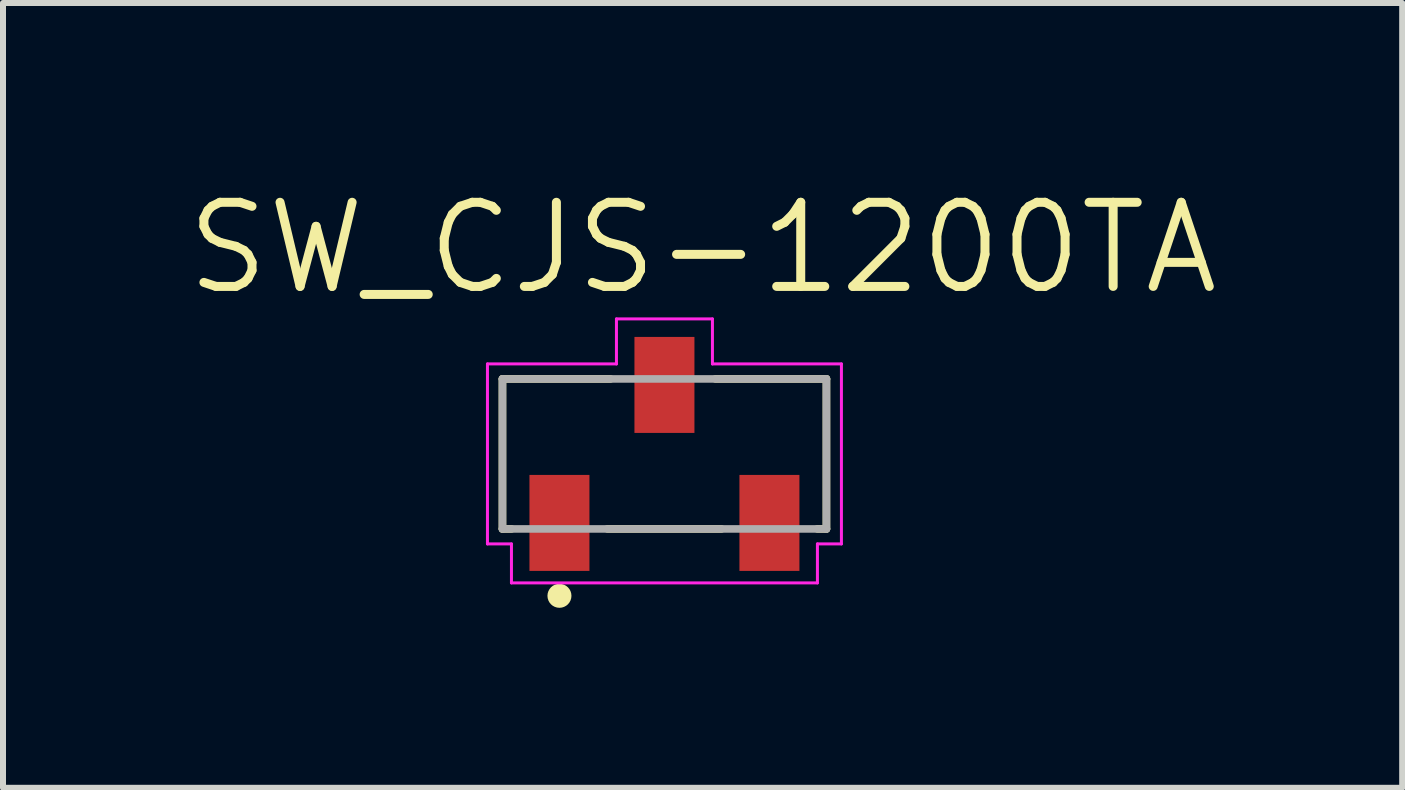
<source format=kicad_pcb>
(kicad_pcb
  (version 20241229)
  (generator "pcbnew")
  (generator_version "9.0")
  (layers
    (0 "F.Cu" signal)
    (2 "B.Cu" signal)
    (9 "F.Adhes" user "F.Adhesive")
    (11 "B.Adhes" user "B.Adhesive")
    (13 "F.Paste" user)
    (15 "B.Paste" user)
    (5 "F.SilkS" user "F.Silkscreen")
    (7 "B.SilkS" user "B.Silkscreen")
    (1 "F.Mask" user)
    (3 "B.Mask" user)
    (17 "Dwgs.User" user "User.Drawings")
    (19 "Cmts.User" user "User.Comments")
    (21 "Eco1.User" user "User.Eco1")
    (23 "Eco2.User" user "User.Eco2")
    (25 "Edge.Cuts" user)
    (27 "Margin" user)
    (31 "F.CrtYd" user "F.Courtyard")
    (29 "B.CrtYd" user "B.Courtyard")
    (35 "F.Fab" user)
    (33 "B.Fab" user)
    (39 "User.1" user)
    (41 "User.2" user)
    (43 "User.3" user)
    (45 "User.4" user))
  (footprint "SW_CJS-1200TA"
    (layer "F.Cu")
    (at 8.025 4.516)
    (property "Reference" "SW_CJS-1200TA" (at 0.636 -3.433 0) (layer "F.SilkS") (effects (font (size 1.402 1.402) (thickness 0.15))))
    (attr smd)
    (fp_line (start -2.7 -1.25) (end -2.7 1.25) (stroke (width 0.127) (type solid)) (layer "F.SilkS"))
    (fp_line (start -2.7 1.25) (end -2.55 1.25) (stroke (width 0.127) (type solid)) (layer "F.SilkS"))
    (fp_line (start -0.95 1.25) (end 0.95 1.25) (stroke (width 0.127) (type solid)) (layer "F.SilkS"))
    (fp_line (start -0.9 -1.25) (end -2.7 -1.25) (stroke (width 0.127) (type solid)) (layer "F.SilkS"))
    (fp_line (start 2.55 1.25) (end 2.7 1.25) (stroke (width 0.127) (type solid)) (layer "F.SilkS"))
    (fp_line (start 2.7 -1.25) (end 0.85 -1.25) (stroke (width 0.127) (type solid)) (layer "F.SilkS"))
    (fp_line (start 2.7 1.25) (end 2.7 -1.25) (stroke (width 0.127) (type solid)) (layer "F.SilkS"))
    (fp_circle (center -1.75 2.365) (end -1.65 2.365) (stroke (width 0.2) (type solid)) (fill no) (layer "F.SilkS"))
    (fp_line (start -2.95 -1.5) (end -0.8 -1.5) (stroke (width 0.05) (type solid)) (layer "F.CrtYd"))
    (fp_line (start -2.95 1.5) (end -2.95 -1.5) (stroke (width 0.05) (type solid)) (layer "F.CrtYd"))
    (fp_line (start -2.55 1.5) (end -2.95 1.5) (stroke (width 0.05) (type solid)) (layer "F.CrtYd"))
    (fp_line (start -2.55 2.15) (end -2.55 1.5) (stroke (width 0.05) (type solid)) (layer "F.CrtYd"))
    (fp_line (start -0.8 -2.25) (end 0.8 -2.25) (stroke (width 0.05) (type solid)) (layer "F.CrtYd"))
    (fp_line (start -0.8 -1.5) (end -0.8 -2.25) (stroke (width 0.05) (type solid)) (layer "F.CrtYd"))
    (fp_line (start 0.8 -2.25) (end 0.8 -1.5) (stroke (width 0.05) (type solid)) (layer "F.CrtYd"))
    (fp_line (start 0.8 -1.5) (end 2.95 -1.5) (stroke (width 0.05) (type solid)) (layer "F.CrtYd"))
    (fp_line (start 2.55 1.5) (end 2.55 2.15) (stroke (width 0.05) (type solid)) (layer "F.CrtYd"))
    (fp_line (start 2.55 2.15) (end -2.55 2.15) (stroke (width 0.05) (type solid)) (layer "F.CrtYd"))
    (fp_line (start 2.95 -1.5) (end 2.95 1.5) (stroke (width 0.05) (type solid)) (layer "F.CrtYd"))
    (fp_line (start 2.95 1.5) (end 2.55 1.5) (stroke (width 0.05) (type solid)) (layer "F.CrtYd"))
    (fp_line (start -2.7 -1.25) (end 2.7 -1.25) (stroke (width 0.127) (type solid)) (layer "F.Fab"))
    (fp_line (start -2.7 1.25) (end -2.7 -1.25) (stroke (width 0.127) (type solid)) (layer "F.Fab"))
    (fp_line (start 2.7 -1.25) (end 2.7 1.25) (stroke (width 0.127) (type solid)) (layer "F.Fab"))
    (fp_line (start 2.7 1.25) (end -2.7 1.25) (stroke (width 0.127) (type solid)) (layer "F.Fab"))
    (pad "1" smd rect (at -1.75 1.15) (size 1 1.6) (layers "F.Cu" "F.Mask" "F.Paste"))
    (pad "2" smd rect (at 0 -1.15) (size 1 1.6) (layers "F.Cu" "F.Mask" "F.Paste"))
    (pad "3" smd rect (at 1.75 1.15) (size 1 1.6) (layers "F.Cu" "F.Mask" "F.Paste")))
  (gr_rect
    (start -3 -3)
    (end 20.322 10.081)
    (stroke (width 0.1) (type default))
    (fill no)
    (layer "Edge.Cuts")))
</source>
